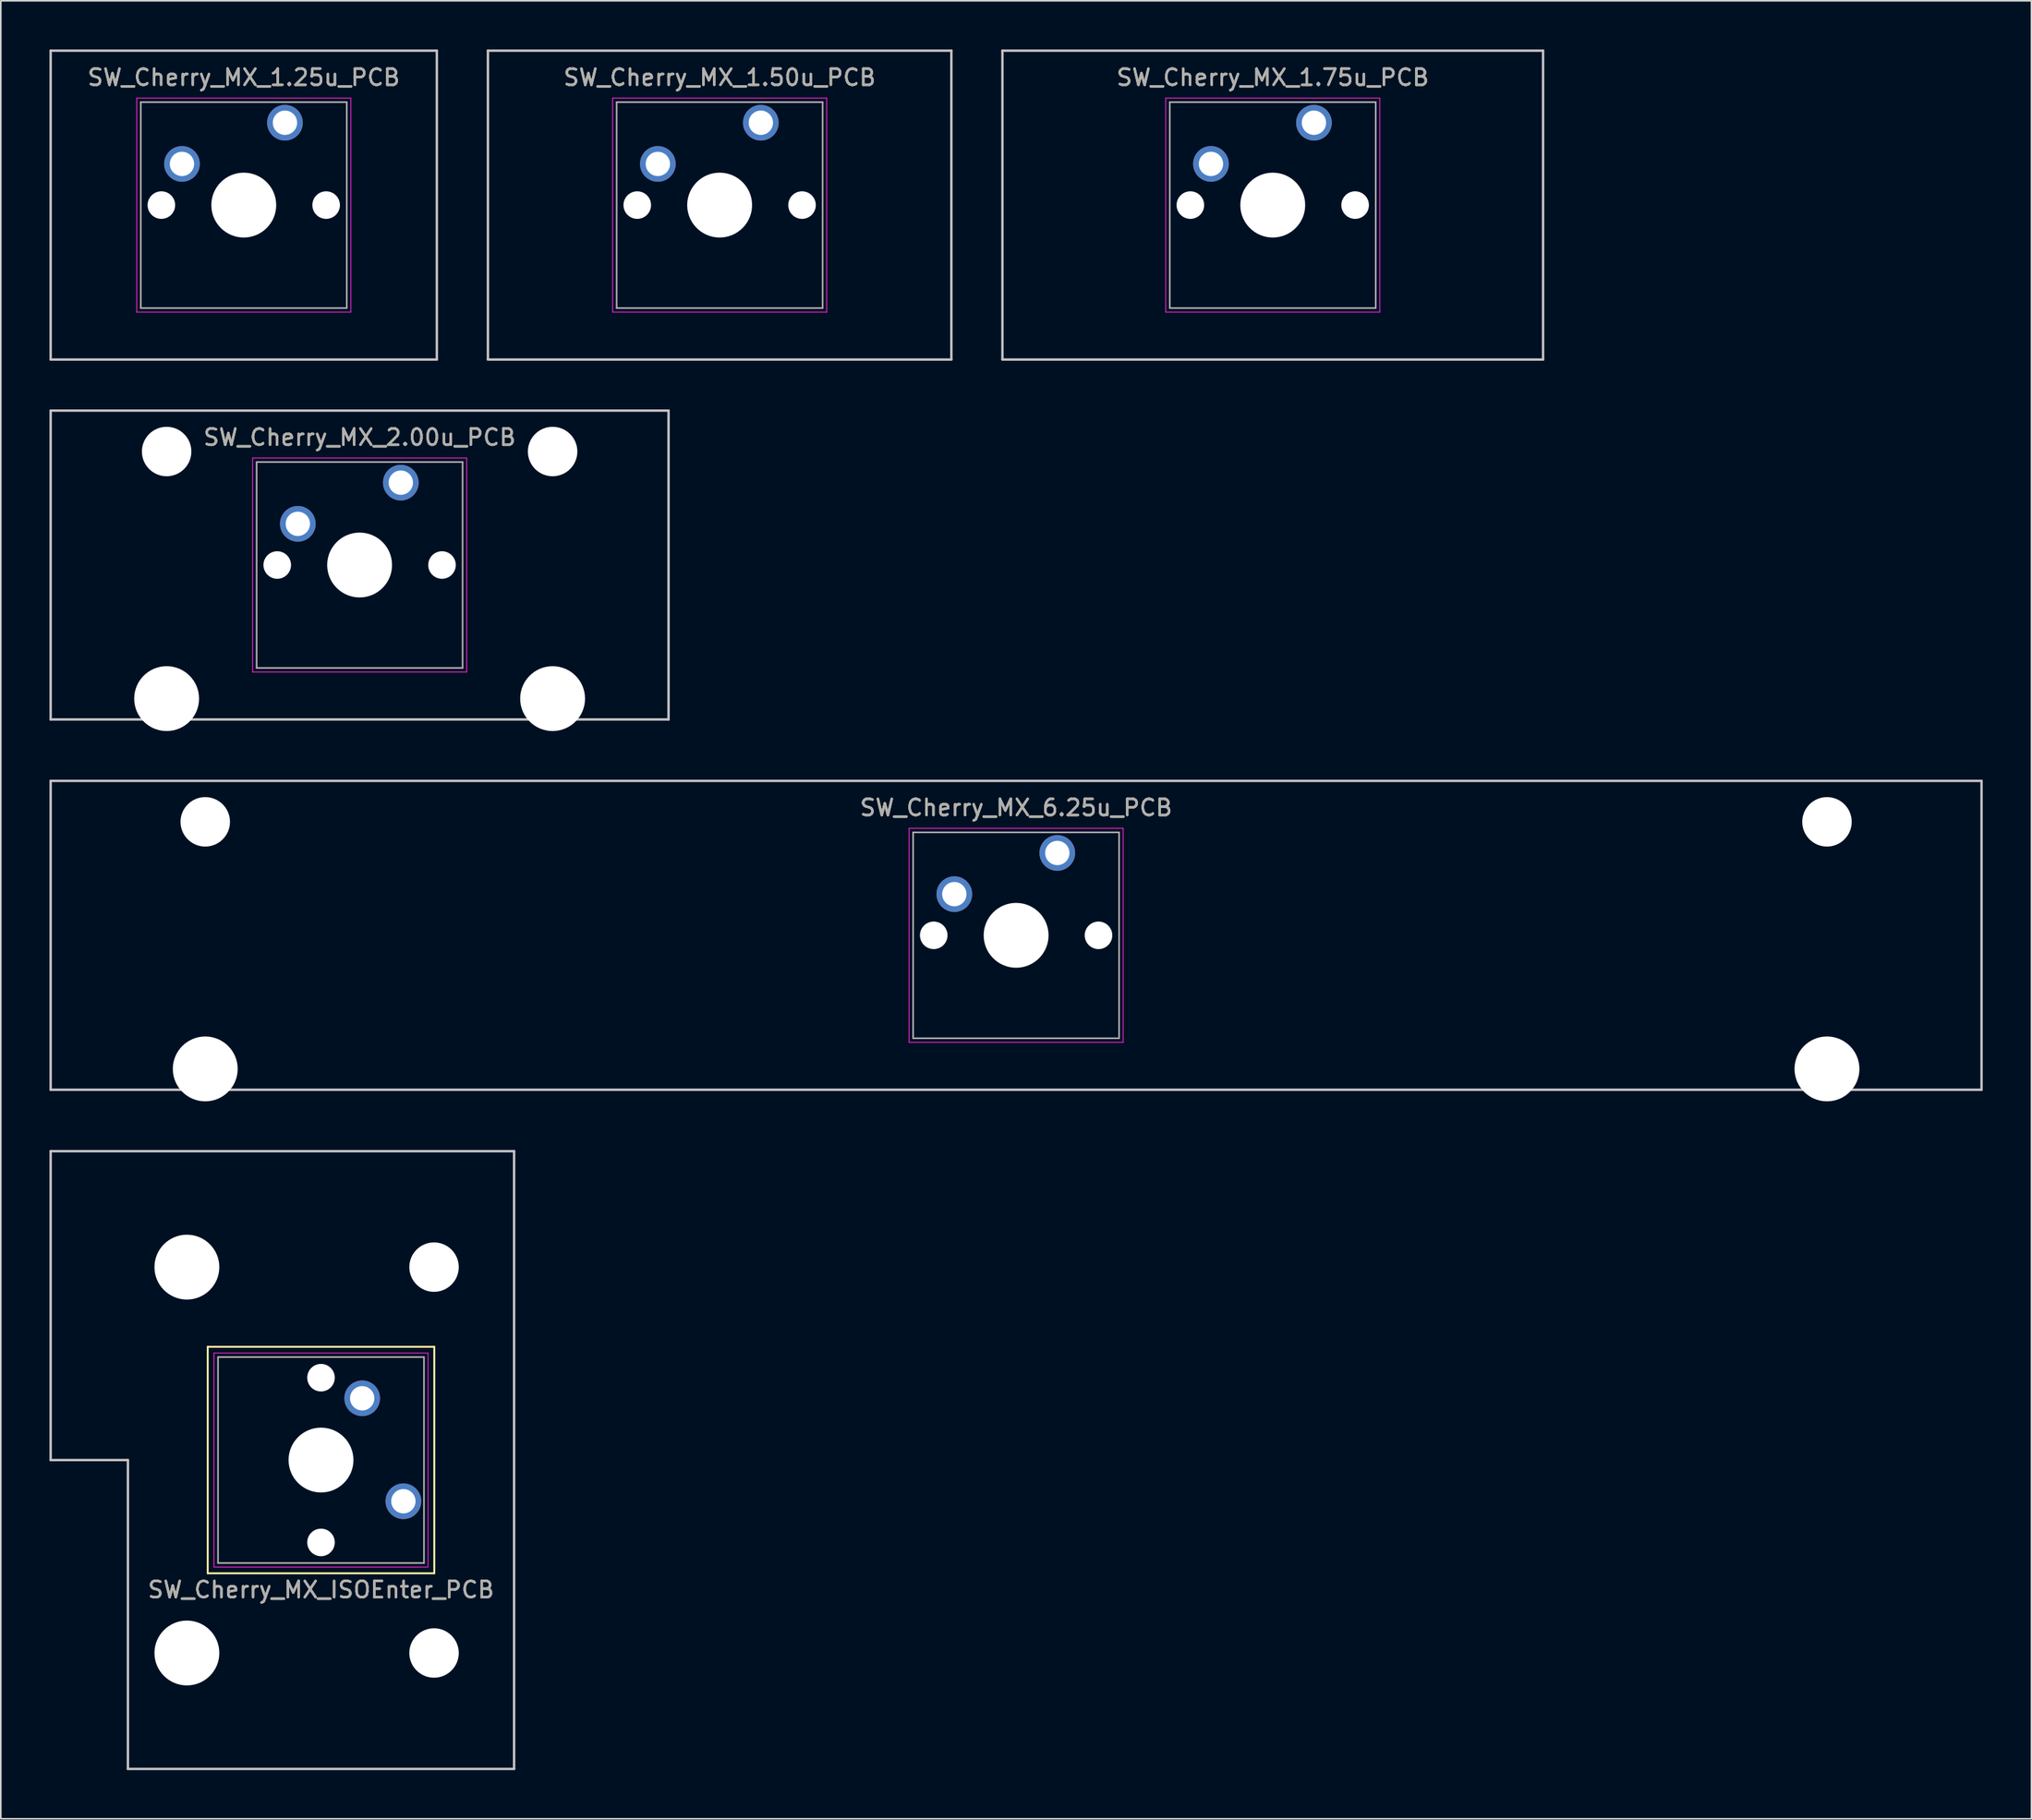
<source format=kicad_pcb>
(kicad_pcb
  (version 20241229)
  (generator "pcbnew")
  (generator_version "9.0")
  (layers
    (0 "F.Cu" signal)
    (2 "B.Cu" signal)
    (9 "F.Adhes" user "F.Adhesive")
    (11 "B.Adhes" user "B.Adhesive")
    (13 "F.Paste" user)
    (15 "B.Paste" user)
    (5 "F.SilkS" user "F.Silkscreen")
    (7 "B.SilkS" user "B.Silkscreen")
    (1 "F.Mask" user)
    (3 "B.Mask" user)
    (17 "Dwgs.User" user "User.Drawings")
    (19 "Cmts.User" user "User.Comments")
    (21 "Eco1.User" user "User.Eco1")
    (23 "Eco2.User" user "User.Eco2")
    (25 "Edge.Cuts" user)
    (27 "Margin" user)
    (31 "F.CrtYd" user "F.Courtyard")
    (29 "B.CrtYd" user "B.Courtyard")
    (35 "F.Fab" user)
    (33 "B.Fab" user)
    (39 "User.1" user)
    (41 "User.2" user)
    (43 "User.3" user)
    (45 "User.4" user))
  (footprint "SW_Cherry_MX_2.00u_PCB"
    (layer "F.Cu")
    (at 21.665 26.72)
    (property "Reference" "SW_Cherry_MX_2.00u_PCB" (at -2.54 -2.794 0) (layer "F.SilkS") (effects (font (size 1 1) (thickness 0.15))))
    (attr through_hole)
    (fp_line (start -21.59 -4.445) (end 16.51 -4.445) (stroke (width 0.15) (type solid)) (layer "Dwgs.User"))
    (fp_line (start -21.59 14.605) (end -21.59 -4.445) (stroke (width 0.15) (type solid)) (layer "Dwgs.User"))
    (fp_line (start 16.51 -4.445) (end 16.51 14.605) (stroke (width 0.15) (type solid)) (layer "Dwgs.User"))
    (fp_line (start 16.51 14.605) (end -21.59 14.605) (stroke (width 0.15) (type solid)) (layer "Dwgs.User"))
    (fp_line (start -9.14 -1.52) (end 4.06 -1.52) (stroke (width 0.05) (type solid)) (layer "F.CrtYd"))
    (fp_line (start -9.14 11.68) (end -9.14 -1.52) (stroke (width 0.05) (type solid)) (layer "F.CrtYd"))
    (fp_line (start 4.06 -1.52) (end 4.06 11.68) (stroke (width 0.05) (type solid)) (layer "F.CrtYd"))
    (fp_line (start 4.06 11.68) (end -9.14 11.68) (stroke (width 0.05) (type solid)) (layer "F.CrtYd"))
    (fp_line (start -8.89 -1.27) (end 3.81 -1.27) (stroke (width 0.1) (type solid)) (layer "F.Fab"))
    (fp_line (start -8.89 11.43) (end -8.89 -1.27) (stroke (width 0.1) (type solid)) (layer "F.Fab"))
    (fp_line (start 3.81 -1.27) (end 3.81 11.43) (stroke (width 0.1) (type solid)) (layer "F.Fab"))
    (fp_line (start 3.81 11.43) (end -8.89 11.43) (stroke (width 0.1) (type solid)) (layer "F.Fab"))
    (fp_text user "${REFERENCE}" (at -2.54 -2.794 0) (layer "F.Fab") (effects (font (size 1 1) (thickness 0.15))))
    (pad "" np_thru_hole circle (at -14.44 -1.92) (size 3.05 3.05) (drill 3.05) (layers "*.Cu" "*.Mask"))
    (pad "" np_thru_hole circle (at -14.44 13.32) (size 4 4) (drill 4) (layers "*.Cu" "*.Mask"))
    (pad "" np_thru_hole circle (at -7.62 5.08) (size 1.7 1.7) (drill 1.7) (layers "*.Cu" "*.Mask"))
    (pad "" np_thru_hole circle (at -2.54 5.08) (size 4 4) (drill 4) (layers "*.Cu" "*.Mask"))
    (pad "" np_thru_hole circle (at 2.54 5.08) (size 1.7 1.7) (drill 1.7) (layers "*.Cu" "*.Mask"))
    (pad "" np_thru_hole circle (at 9.36 -1.92) (size 3.05 3.05) (drill 3.05) (layers "*.Cu" "*.Mask"))
    (pad "" np_thru_hole circle (at 9.36 13.32) (size 4 4) (drill 4) (layers "*.Cu" "*.Mask"))
    (pad "1" thru_hole circle (at 0 0) (size 2.2 2.2) (drill 1.5) (layers "*.Cu" "*.Mask"))
    (pad "2" thru_hole circle (at -6.35 2.54) (size 2.2 2.2) (drill 1.5) (layers "*.Cu" "*.Mask")))
  (footprint "SW_Cherry_MX_ISOEnter_PCB"
    (layer "F.Cu")
    (at 16.744 87.005)
    (property "Reference" "SW_Cherry_MX_ISOEnter_PCB" (at 0 8 0) (layer "F.SilkS") (effects (font (size 1 1) (thickness 0.15))))
    (attr through_hole)
    (fp_line (start -6.985 -6.985) (end 6.985 -6.985) (stroke (width 0.12) (type solid)) (layer "F.SilkS"))
    (fp_line (start -6.985 6.985) (end -6.985 -6.985) (stroke (width 0.12) (type solid)) (layer "F.SilkS"))
    (fp_line (start 6.985 -6.985) (end 6.985 6.985) (stroke (width 0.12) (type solid)) (layer "F.SilkS"))
    (fp_line (start 6.985 6.985) (end -6.985 6.985) (stroke (width 0.12) (type solid)) (layer "F.SilkS"))
    (fp_line (start -16.669 -19.05) (end 11.906 -19.05) (stroke (width 0.15) (type solid)) (layer "Dwgs.User"))
    (fp_line (start -16.669 0) (end -16.669 -19.05) (stroke (width 0.15) (type solid)) (layer "Dwgs.User"))
    (fp_line (start -11.906 0) (end -16.669 0) (stroke (width 0.15) (type solid)) (layer "Dwgs.User"))
    (fp_line (start -11.906 19.05) (end -11.906 0) (stroke (width 0.15) (type solid)) (layer "Dwgs.User"))
    (fp_line (start 11.906 -19.05) (end 11.906 19.05) (stroke (width 0.15) (type solid)) (layer "Dwgs.User"))
    (fp_line (start 11.906 19.05) (end -11.906 19.05) (stroke (width 0.15) (type solid)) (layer "Dwgs.User"))
    (fp_line (start -6.6 -6.6) (end 6.6 -6.6) (stroke (width 0.05) (type solid)) (layer "F.CrtYd"))
    (fp_line (start -6.6 6.6) (end -6.6 -6.6) (stroke (width 0.05) (type solid)) (layer "F.CrtYd"))
    (fp_line (start 6.6 -6.6) (end 6.6 6.6) (stroke (width 0.05) (type solid)) (layer "F.CrtYd"))
    (fp_line (start 6.6 6.6) (end -6.6 6.6) (stroke (width 0.05) (type solid)) (layer "F.CrtYd"))
    (fp_line (start -6.35 -6.35) (end 6.35 -6.35) (stroke (width 0.1) (type solid)) (layer "F.Fab"))
    (fp_line (start -6.35 6.35) (end -6.35 -6.35) (stroke (width 0.1) (type solid)) (layer "F.Fab"))
    (fp_line (start 6.35 -6.35) (end 6.35 6.35) (stroke (width 0.1) (type solid)) (layer "F.Fab"))
    (fp_line (start 6.35 6.35) (end -6.35 6.35) (stroke (width 0.1) (type solid)) (layer "F.Fab"))
    (fp_text user "${REFERENCE}" (at 0 8 0) (layer "F.Fab") (effects (font (size 1 1) (thickness 0.15))))
    (pad "" np_thru_hole circle (at -8.27 -11.9) (size 4 4) (drill 4) (layers "*.Cu" "*.Mask"))
    (pad "" np_thru_hole circle (at -8.27 11.9) (size 4 4) (drill 4) (layers "*.Cu" "*.Mask"))
    (pad "" np_thru_hole circle (at 0 -5.08 270) (size 1.7 1.7) (drill 1.7) (layers "*.Cu" "*.Mask"))
    (pad "" np_thru_hole circle (at 0 0 270) (size 4 4) (drill 4) (layers "*.Cu" "*.Mask"))
    (pad "" np_thru_hole circle (at 0 5.08 270) (size 1.7 1.7) (drill 1.7) (layers "*.Cu" "*.Mask"))
    (pad "" np_thru_hole circle (at 6.97 -11.9) (size 3.048 3.048) (drill 3.048) (layers "*.Cu" "*.Mask"))
    (pad "" np_thru_hole circle (at 6.97 11.9) (size 3.048 3.048) (drill 3.048) (layers "*.Cu" "*.Mask"))
    (pad "1" thru_hole circle (at 5.08 2.54 270) (size 2.2 2.2) (drill 1.5) (layers "*.Cu" "*.Mask"))
    (pad "2" thru_hole circle (at 2.54 -3.81 270) (size 2.2 2.2) (drill 1.5) (layers "*.Cu" "*.Mask")))
  (footprint "SW_Cherry_MX_1.25u_PCB"
    (layer "F.Cu")
    (at 14.521 4.52)
    (property "Reference" "SW_Cherry_MX_1.25u_PCB" (at -2.54 -2.794 0) (layer "F.SilkS") (effects (font (size 1 1) (thickness 0.15))))
    (attr through_hole)
    (fp_line (start -14.446 -4.445) (end 9.366 -4.445) (stroke (width 0.15) (type solid)) (layer "Dwgs.User"))
    (fp_line (start -14.446 14.605) (end -14.446 -4.445) (stroke (width 0.15) (type solid)) (layer "Dwgs.User"))
    (fp_line (start 9.366 -4.445) (end 9.366 14.605) (stroke (width 0.15) (type solid)) (layer "Dwgs.User"))
    (fp_line (start 9.366 14.605) (end -14.446 14.605) (stroke (width 0.15) (type solid)) (layer "Dwgs.User"))
    (fp_line (start -9.14 -1.52) (end 4.06 -1.52) (stroke (width 0.05) (type solid)) (layer "F.CrtYd"))
    (fp_line (start -9.14 11.68) (end -9.14 -1.52) (stroke (width 0.05) (type solid)) (layer "F.CrtYd"))
    (fp_line (start 4.06 -1.52) (end 4.06 11.68) (stroke (width 0.05) (type solid)) (layer "F.CrtYd"))
    (fp_line (start 4.06 11.68) (end -9.14 11.68) (stroke (width 0.05) (type solid)) (layer "F.CrtYd"))
    (fp_line (start -8.89 -1.27) (end 3.81 -1.27) (stroke (width 0.1) (type solid)) (layer "F.Fab"))
    (fp_line (start -8.89 11.43) (end -8.89 -1.27) (stroke (width 0.1) (type solid)) (layer "F.Fab"))
    (fp_line (start 3.81 -1.27) (end 3.81 11.43) (stroke (width 0.1) (type solid)) (layer "F.Fab"))
    (fp_line (start 3.81 11.43) (end -8.89 11.43) (stroke (width 0.1) (type solid)) (layer "F.Fab"))
    (fp_text user "${REFERENCE}" (at -2.54 -2.794 0) (layer "F.Fab") (effects (font (size 1 1) (thickness 0.15))))
    (pad "" np_thru_hole circle (at -7.62 5.08) (size 1.7 1.7) (drill 1.7) (layers "*.Cu" "*.Mask"))
    (pad "" np_thru_hole circle (at -2.54 5.08) (size 4 4) (drill 4) (layers "*.Cu" "*.Mask"))
    (pad "" np_thru_hole circle (at 2.54 5.08) (size 1.7 1.7) (drill 1.7) (layers "*.Cu" "*.Mask"))
    (pad "1" thru_hole circle (at 0 0) (size 2.2 2.2) (drill 1.5) (layers "*.Cu" "*.Mask"))
    (pad "2" thru_hole circle (at -6.35 2.54) (size 2.2 2.2) (drill 1.5) (layers "*.Cu" "*.Mask")))
  (footprint "SW_Cherry_MX_1.75u_PCB"
    (layer "F.Cu")
    (at 77.971 4.52)
    (property "Reference" "SW_Cherry_MX_1.75u_PCB" (at -2.54 -2.794 0) (layer "F.SilkS") (effects (font (size 1 1) (thickness 0.15))))
    (attr through_hole)
    (fp_line (start -19.209 -4.445) (end 14.129 -4.445) (stroke (width 0.15) (type solid)) (layer "Dwgs.User"))
    (fp_line (start -19.209 14.605) (end -19.209 -4.445) (stroke (width 0.15) (type solid)) (layer "Dwgs.User"))
    (fp_line (start 14.129 -4.445) (end 14.129 14.605) (stroke (width 0.15) (type solid)) (layer "Dwgs.User"))
    (fp_line (start 14.129 14.605) (end -19.209 14.605) (stroke (width 0.15) (type solid)) (layer "Dwgs.User"))
    (fp_line (start -9.14 -1.52) (end 4.06 -1.52) (stroke (width 0.05) (type solid)) (layer "F.CrtYd"))
    (fp_line (start -9.14 11.68) (end -9.14 -1.52) (stroke (width 0.05) (type solid)) (layer "F.CrtYd"))
    (fp_line (start 4.06 -1.52) (end 4.06 11.68) (stroke (width 0.05) (type solid)) (layer "F.CrtYd"))
    (fp_line (start 4.06 11.68) (end -9.14 11.68) (stroke (width 0.05) (type solid)) (layer "F.CrtYd"))
    (fp_line (start -8.89 -1.27) (end 3.81 -1.27) (stroke (width 0.1) (type solid)) (layer "F.Fab"))
    (fp_line (start -8.89 11.43) (end -8.89 -1.27) (stroke (width 0.1) (type solid)) (layer "F.Fab"))
    (fp_line (start 3.81 -1.27) (end 3.81 11.43) (stroke (width 0.1) (type solid)) (layer "F.Fab"))
    (fp_line (start 3.81 11.43) (end -8.89 11.43) (stroke (width 0.1) (type solid)) (layer "F.Fab"))
    (fp_text user "${REFERENCE}" (at -2.54 -2.794 0) (layer "F.Fab") (effects (font (size 1 1) (thickness 0.15))))
    (pad "" np_thru_hole circle (at -7.62 5.08) (size 1.7 1.7) (drill 1.7) (layers "*.Cu" "*.Mask"))
    (pad "" np_thru_hole circle (at -2.54 5.08) (size 4 4) (drill 4) (layers "*.Cu" "*.Mask"))
    (pad "" np_thru_hole circle (at 2.54 5.08) (size 1.7 1.7) (drill 1.7) (layers "*.Cu" "*.Mask"))
    (pad "1" thru_hole circle (at 0 0) (size 2.2 2.2) (drill 1.5) (layers "*.Cu" "*.Mask"))
    (pad "2" thru_hole circle (at -6.35 2.54) (size 2.2 2.2) (drill 1.5) (layers "*.Cu" "*.Mask")))
  (footprint "SW_Cherry_MX_1.50u_PCB"
    (layer "F.Cu")
    (at 43.865 4.52)
    (property "Reference" "SW_Cherry_MX_1.50u_PCB" (at -2.54 -2.794 0) (layer "F.SilkS") (effects (font (size 1 1) (thickness 0.15))))
    (attr through_hole)
    (fp_line (start -16.828 -4.445) (end 11.748 -4.445) (stroke (width 0.15) (type solid)) (layer "Dwgs.User"))
    (fp_line (start -16.828 14.605) (end -16.828 -4.445) (stroke (width 0.15) (type solid)) (layer "Dwgs.User"))
    (fp_line (start 11.748 -4.445) (end 11.748 14.605) (stroke (width 0.15) (type solid)) (layer "Dwgs.User"))
    (fp_line (start 11.748 14.605) (end -16.828 14.605) (stroke (width 0.15) (type solid)) (layer "Dwgs.User"))
    (fp_line (start -9.14 -1.52) (end 4.06 -1.52) (stroke (width 0.05) (type solid)) (layer "F.CrtYd"))
    (fp_line (start -9.14 11.68) (end -9.14 -1.52) (stroke (width 0.05) (type solid)) (layer "F.CrtYd"))
    (fp_line (start 4.06 -1.52) (end 4.06 11.68) (stroke (width 0.05) (type solid)) (layer "F.CrtYd"))
    (fp_line (start 4.06 11.68) (end -9.14 11.68) (stroke (width 0.05) (type solid)) (layer "F.CrtYd"))
    (fp_line (start -8.89 -1.27) (end 3.81 -1.27) (stroke (width 0.1) (type solid)) (layer "F.Fab"))
    (fp_line (start -8.89 11.43) (end -8.89 -1.27) (stroke (width 0.1) (type solid)) (layer "F.Fab"))
    (fp_line (start 3.81 -1.27) (end 3.81 11.43) (stroke (width 0.1) (type solid)) (layer "F.Fab"))
    (fp_line (start 3.81 11.43) (end -8.89 11.43) (stroke (width 0.1) (type solid)) (layer "F.Fab"))
    (fp_text user "${REFERENCE}" (at -2.54 -2.794 0) (layer "F.Fab") (effects (font (size 1 1) (thickness 0.15))))
    (pad "" np_thru_hole circle (at -7.62 5.08) (size 1.7 1.7) (drill 1.7) (layers "*.Cu" "*.Mask"))
    (pad "" np_thru_hole circle (at -2.54 5.08) (size 4 4) (drill 4) (layers "*.Cu" "*.Mask"))
    (pad "" np_thru_hole circle (at 2.54 5.08) (size 1.7 1.7) (drill 1.7) (layers "*.Cu" "*.Mask"))
    (pad "1" thru_hole circle (at 0 0) (size 2.2 2.2) (drill 1.5) (layers "*.Cu" "*.Mask"))
    (pad "2" thru_hole circle (at -6.35 2.54) (size 2.2 2.2) (drill 1.5) (layers "*.Cu" "*.Mask")))
  (footprint "SW_Cherry_MX_6.25u_PCB"
    (layer "F.Cu")
    (at 62.146 49.56)
    (property "Reference" "SW_Cherry_MX_6.25u_PCB" (at -2.54 -2.794 0) (layer "F.SilkS") (effects (font (size 1 1) (thickness 0.15))))
    (attr through_hole)
    (fp_line (start -62.071 -4.445) (end 56.991 -4.445) (stroke (width 0.15) (type solid)) (layer "Dwgs.User"))
    (fp_line (start -62.071 14.605) (end -62.071 -4.445) (stroke (width 0.15) (type solid)) (layer "Dwgs.User"))
    (fp_line (start 56.991 -4.445) (end 56.991 14.605) (stroke (width 0.15) (type solid)) (layer "Dwgs.User"))
    (fp_line (start 56.991 14.605) (end -62.071 14.605) (stroke (width 0.15) (type solid)) (layer "Dwgs.User"))
    (fp_line (start -9.14 -1.52) (end 4.06 -1.52) (stroke (width 0.05) (type solid)) (layer "F.CrtYd"))
    (fp_line (start -9.14 11.68) (end -9.14 -1.52) (stroke (width 0.05) (type solid)) (layer "F.CrtYd"))
    (fp_line (start 4.06 -1.52) (end 4.06 11.68) (stroke (width 0.05) (type solid)) (layer "F.CrtYd"))
    (fp_line (start 4.06 11.68) (end -9.14 11.68) (stroke (width 0.05) (type solid)) (layer "F.CrtYd"))
    (fp_line (start -8.89 -1.27) (end 3.81 -1.27) (stroke (width 0.1) (type solid)) (layer "F.Fab"))
    (fp_line (start -8.89 11.43) (end -8.89 -1.27) (stroke (width 0.1) (type solid)) (layer "F.Fab"))
    (fp_line (start 3.81 -1.27) (end 3.81 11.43) (stroke (width 0.1) (type solid)) (layer "F.Fab"))
    (fp_line (start 3.81 11.43) (end -8.89 11.43) (stroke (width 0.1) (type solid)) (layer "F.Fab"))
    (fp_text user "${REFERENCE}" (at -2.54 -2.794 0) (layer "F.Fab") (effects (font (size 1 1) (thickness 0.15))))
    (pad "" np_thru_hole circle (at -52.54 -1.92) (size 3.05 3.05) (drill 3.05) (layers "*.Cu" "*.Mask"))
    (pad "" np_thru_hole circle (at -52.54 13.32) (size 4 4) (drill 4) (layers "*.Cu" "*.Mask"))
    (pad "" np_thru_hole circle (at -7.62 5.08) (size 1.7 1.7) (drill 1.7) (layers "*.Cu" "*.Mask"))
    (pad "" np_thru_hole circle (at -2.54 5.08) (size 4 4) (drill 4) (layers "*.Cu" "*.Mask"))
    (pad "" np_thru_hole circle (at 2.54 5.08) (size 1.7 1.7) (drill 1.7) (layers "*.Cu" "*.Mask"))
    (pad "" np_thru_hole circle (at 47.46 -1.92) (size 3.05 3.05) (drill 3.05) (layers "*.Cu" "*.Mask"))
    (pad "" np_thru_hole circle (at 47.46 13.32) (size 4 4) (drill 4) (layers "*.Cu" "*.Mask"))
    (pad "1" thru_hole circle (at 0 0) (size 2.2 2.2) (drill 1.5) (layers "*.Cu" "*.Mask"))
    (pad "2" thru_hole circle (at -6.35 2.54) (size 2.2 2.2) (drill 1.5) (layers "*.Cu" "*.Mask")))
  (gr_rect
    (start -3 -3)
    (end 122.213 109.13)
    (stroke (width 0.1) (type default))
    (fill no)
    (layer "Edge.Cuts")))
</source>
